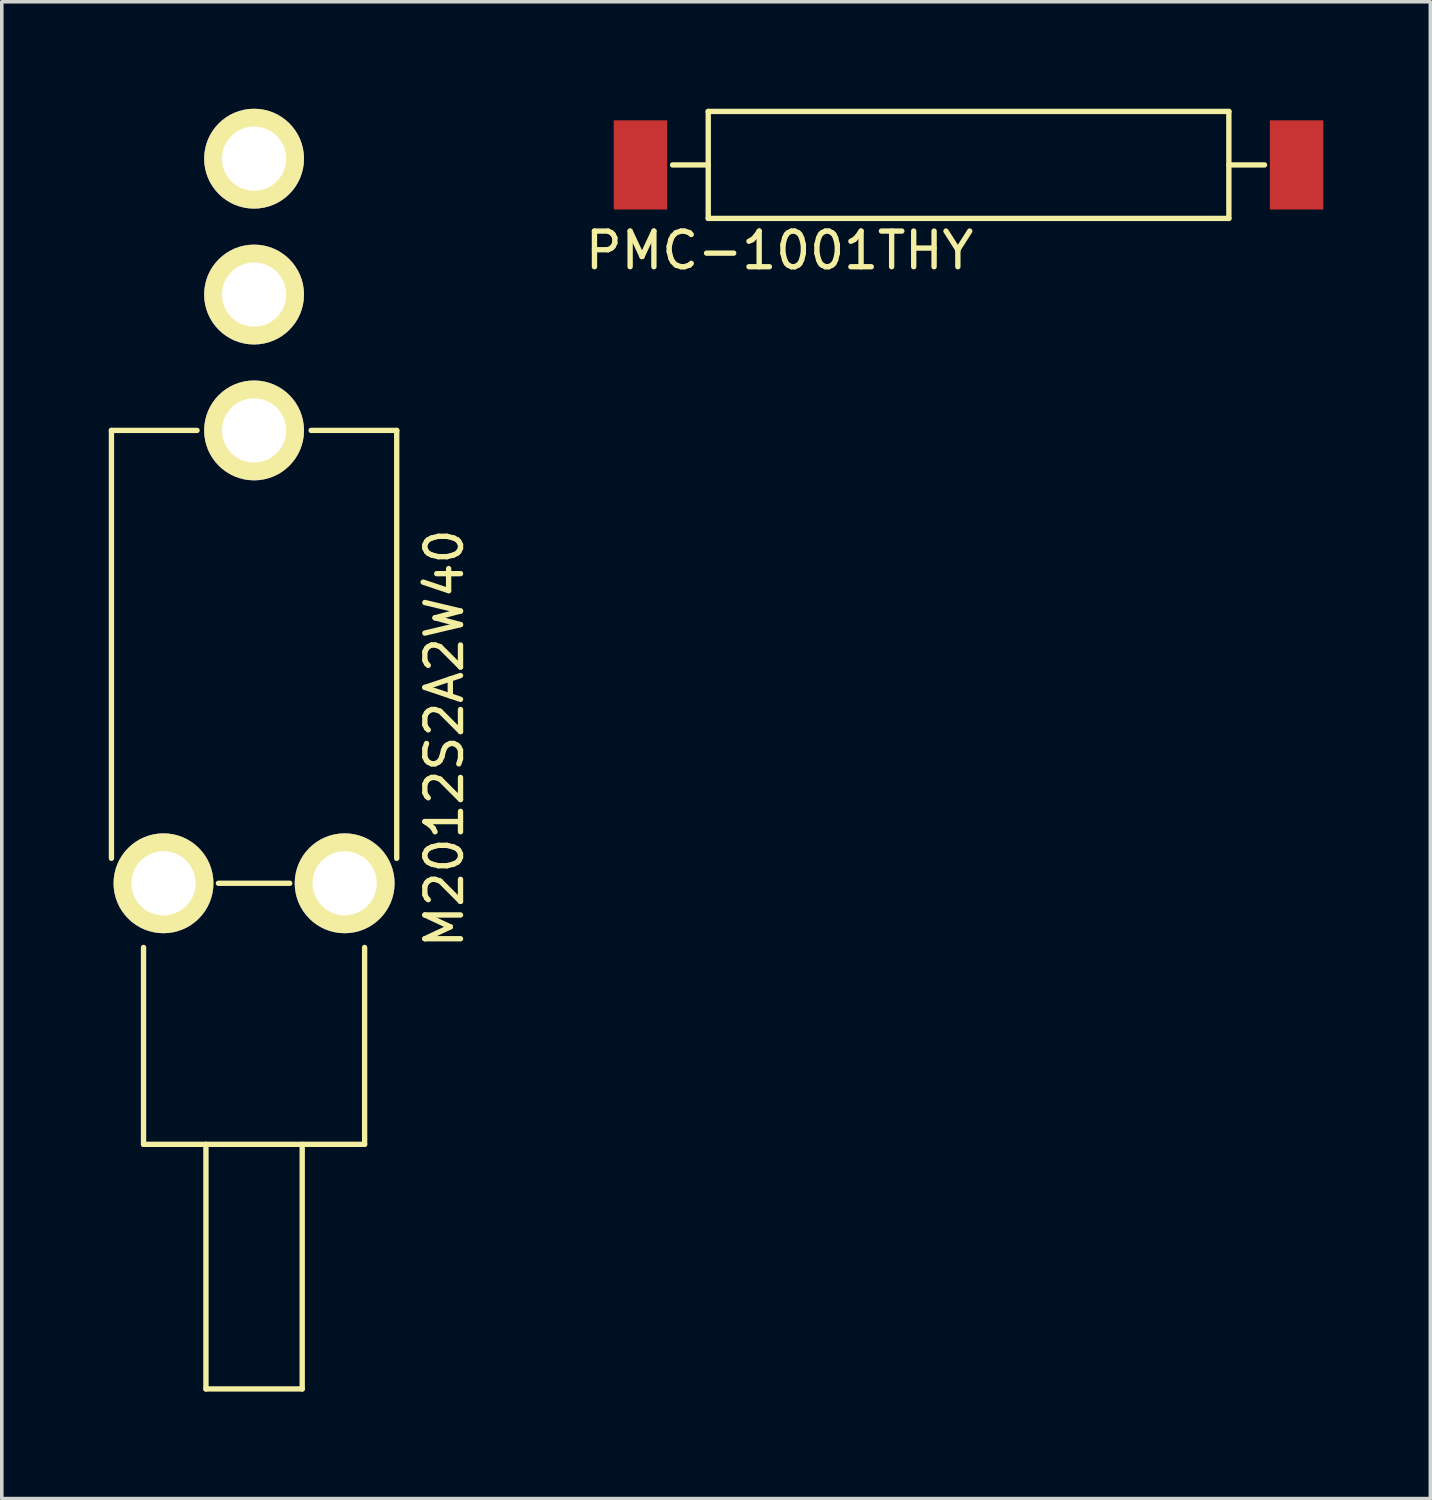
<source format=kicad_pcb>
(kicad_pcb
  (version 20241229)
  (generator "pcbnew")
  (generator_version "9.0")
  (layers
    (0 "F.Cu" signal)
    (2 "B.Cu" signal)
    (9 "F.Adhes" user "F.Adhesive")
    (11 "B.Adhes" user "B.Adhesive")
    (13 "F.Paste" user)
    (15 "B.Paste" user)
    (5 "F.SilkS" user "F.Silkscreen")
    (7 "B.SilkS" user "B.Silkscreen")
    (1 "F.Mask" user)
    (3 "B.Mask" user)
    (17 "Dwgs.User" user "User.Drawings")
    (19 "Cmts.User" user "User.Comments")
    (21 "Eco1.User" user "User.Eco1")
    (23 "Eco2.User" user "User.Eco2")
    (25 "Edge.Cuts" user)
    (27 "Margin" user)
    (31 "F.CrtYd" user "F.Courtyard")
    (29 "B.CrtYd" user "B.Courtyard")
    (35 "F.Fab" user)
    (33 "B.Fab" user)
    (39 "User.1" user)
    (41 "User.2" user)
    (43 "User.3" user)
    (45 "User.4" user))
  (footprint "PMC-1001THY"
    (layer "F.Cu")
    (at 24.111 1.575)
    (property "Reference" "PMC-1001THY" (at -5.3 2.4 0) (layer "F.SilkS") (effects (font (size 1 1) (thickness 0.15))))
    (attr through_hole)
    (fp_line (start -8.3 0) (end -7.3 0) (stroke (width 0.15) (type solid)) (layer "F.SilkS"))
    (fp_line (start -7.3 -1.5) (end -7.3 1.5) (stroke (width 0.15) (type solid)) (layer "F.SilkS"))
    (fp_line (start -7.3 1.5) (end 7.3 1.5) (stroke (width 0.15) (type solid)) (layer "F.SilkS"))
    (fp_line (start 7.3 -1.5) (end -7.3 -1.5) (stroke (width 0.15) (type solid)) (layer "F.SilkS"))
    (fp_line (start 7.3 0) (end 8.3 0) (stroke (width 0.15) (type solid)) (layer "F.SilkS"))
    (fp_line (start 7.3 1.5) (end 7.3 -1.5) (stroke (width 0.15) (type solid)) (layer "F.SilkS"))
    (pad "1" smd rect (at -9.2 0) (size 1.5 2.5) (layers "F.Cu" "F.Mask" "F.Paste"))
    (pad "2" smd rect (at 9.2 0) (size 1.5 2.5) (layers "F.Cu" "F.Mask" "F.Paste")))
  (footprint "M2012S2A2W40"
    (layer "F.Cu")
    (at 4.075 9.02)
    (property "Reference" "M2012S2A2W40" (at 5.334 8.636 90) (layer "F.SilkS") (effects (font (size 1 1) (thickness 0.15))))
    (attr through_hole)
    (fp_line (start -4 0) (end -4 12) (stroke (width 0.15) (type solid)) (layer "F.SilkS"))
    (fp_line (start -4 0) (end -1.6 0) (stroke (width 0.15) (type solid)) (layer "F.SilkS"))
    (fp_line (start -3.1 20.02) (end -3.1 14.5) (stroke (width 0.15) (type solid)) (layer "F.SilkS"))
    (fp_line (start -3.1 20.02) (end 3.1 20.02) (stroke (width 0.15) (type solid)) (layer "F.SilkS"))
    (fp_line (start -1.35 26.88) (end -1.35 20.02) (stroke (width 0.15) (type solid)) (layer "F.SilkS"))
    (fp_line (start -1.35 26.88) (end 1.35 26.88) (stroke (width 0.15) (type solid)) (layer "F.SilkS"))
    (fp_line (start -1 12.7) (end 1 12.7) (stroke (width 0.15) (type solid)) (layer "F.SilkS"))
    (fp_line (start 1.35 26.88) (end 1.35 20.02) (stroke (width 0.15) (type solid)) (layer "F.SilkS"))
    (fp_line (start 3.1 20.02) (end 3.1 14.5) (stroke (width 0.15) (type solid)) (layer "F.SilkS"))
    (fp_line (start 4 0) (end 1.6 0) (stroke (width 0.15) (type solid)) (layer "F.SilkS"))
    (fp_line (start 4 0) (end 4 12) (stroke (width 0.15) (type solid)) (layer "F.SilkS"))
    (pad "1" thru_hole circle (at 0 0) (size 2.8 2.8) (drill 1.8) (layers "*.Cu" "*.Mask" "F.SilkS"))
    (pad "2" thru_hole circle (at 0 -3.81) (size 2.8 2.8) (drill 1.8) (layers "*.Cu" "*.Mask" "F.SilkS"))
    (pad "3" thru_hole circle (at 0 -7.62) (size 2.8 2.8) (drill 1.8) (layers "*.Cu" "*.Mask" "F.SilkS"))
    (pad "4" thru_hole circle (at -2.54 12.7) (size 2.8 2.8) (drill 1.8) (layers "*.Cu" "*.Mask" "F.SilkS"))
    (pad "5" thru_hole circle (at 2.54 12.7) (size 2.8 2.8) (drill 1.8) (layers "*.Cu" "*.Mask" "F.SilkS")))
  (gr_rect
    (start -3 -3)
    (end 37.061 38.975)
    (stroke (width 0.1) (type default))
    (fill no)
    (layer "Edge.Cuts")))
</source>
